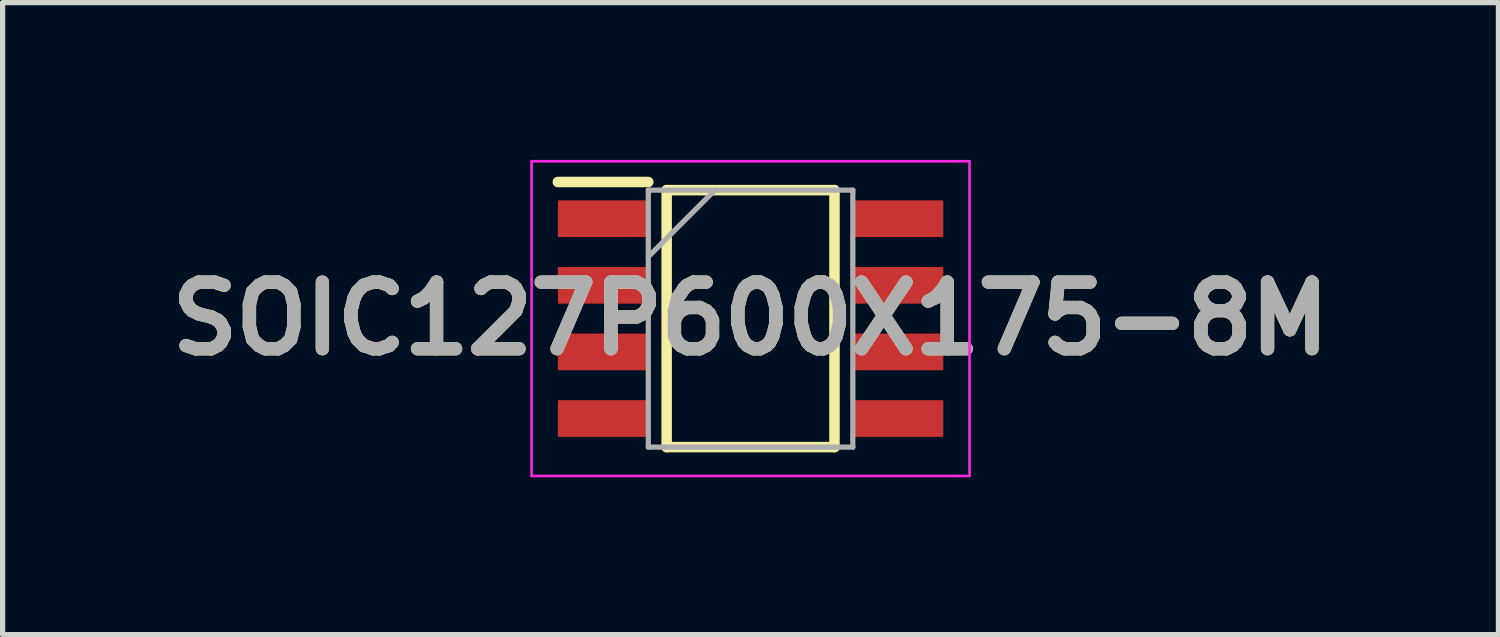
<source format=kicad_pcb>
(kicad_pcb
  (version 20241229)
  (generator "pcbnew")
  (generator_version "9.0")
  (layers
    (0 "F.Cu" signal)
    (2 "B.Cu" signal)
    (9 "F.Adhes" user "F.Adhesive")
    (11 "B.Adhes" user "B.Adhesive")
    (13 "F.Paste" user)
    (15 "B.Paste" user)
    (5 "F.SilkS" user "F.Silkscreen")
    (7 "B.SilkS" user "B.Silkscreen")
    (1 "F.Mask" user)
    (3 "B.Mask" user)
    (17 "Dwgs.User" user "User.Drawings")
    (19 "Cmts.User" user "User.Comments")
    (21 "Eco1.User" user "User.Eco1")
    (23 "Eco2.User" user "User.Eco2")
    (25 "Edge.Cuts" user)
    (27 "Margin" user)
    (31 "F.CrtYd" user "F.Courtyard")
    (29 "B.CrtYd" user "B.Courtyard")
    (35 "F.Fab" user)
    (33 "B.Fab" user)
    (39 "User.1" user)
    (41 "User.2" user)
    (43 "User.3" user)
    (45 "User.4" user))
  (footprint "SOIC127P600X175-8M"
    (layer "F.Cu")
    (at 11.261 3.025)
    (property "Reference" "SOIC127P600X175-8M" (at 0 0 0) (layer "F.SilkS") (effects (font (size 1.27 1.27) (thickness 0.254))))
    (attr smd)
    (fp_line (start -3.675 -2.605) (end -1.95 -2.605) (stroke (width 0.2) (type solid)) (layer "F.SilkS"))
    (fp_line (start -1.6 -2.45) (end 1.6 -2.45) (stroke (width 0.2) (type solid)) (layer "F.SilkS"))
    (fp_line (start -1.6 2.45) (end -1.6 -2.45) (stroke (width 0.2) (type solid)) (layer "F.SilkS"))
    (fp_line (start 1.6 -2.45) (end 1.6 2.45) (stroke (width 0.2) (type solid)) (layer "F.SilkS"))
    (fp_line (start 1.6 2.45) (end -1.6 2.45) (stroke (width 0.2) (type solid)) (layer "F.SilkS"))
    (fp_line (start -4.175 -3) (end 4.175 -3) (stroke (width 0.05) (type solid)) (layer "F.CrtYd"))
    (fp_line (start -4.175 3) (end -4.175 -3) (stroke (width 0.05) (type solid)) (layer "F.CrtYd"))
    (fp_line (start 4.175 -3) (end 4.175 3) (stroke (width 0.05) (type solid)) (layer "F.CrtYd"))
    (fp_line (start 4.175 3) (end -4.175 3) (stroke (width 0.05) (type solid)) (layer "F.CrtYd"))
    (fp_line (start -1.95 -2.45) (end 1.95 -2.45) (stroke (width 0.1) (type solid)) (layer "F.Fab"))
    (fp_line (start -1.95 -1.18) (end -0.68 -2.45) (stroke (width 0.1) (type solid)) (layer "F.Fab"))
    (fp_line (start -1.95 2.45) (end -1.95 -2.45) (stroke (width 0.1) (type solid)) (layer "F.Fab"))
    (fp_line (start 1.95 -2.45) (end 1.95 2.45) (stroke (width 0.1) (type solid)) (layer "F.Fab"))
    (fp_line (start 1.95 2.45) (end -1.95 2.45) (stroke (width 0.1) (type solid)) (layer "F.Fab"))
    (fp_text user "${REFERENCE}" (at 0 0 0) (layer "F.Fab") (effects (font (size 1.27 1.27) (thickness 0.254))))
    (pad "1" smd rect (at -2.812 -1.905 90) (size 0.7 1.725) (layers "F.Cu" "F.Mask" "F.Paste"))
    (pad "2" smd rect (at -2.812 -0.635 90) (size 0.7 1.725) (layers "F.Cu" "F.Mask" "F.Paste"))
    (pad "3" smd rect (at -2.812 0.635 90) (size 0.7 1.725) (layers "F.Cu" "F.Mask" "F.Paste"))
    (pad "4" smd rect (at -2.812 1.905 90) (size 0.7 1.725) (layers "F.Cu" "F.Mask" "F.Paste"))
    (pad "5" smd rect (at 2.812 1.905 90) (size 0.7 1.725) (layers "F.Cu" "F.Mask" "F.Paste"))
    (pad "6" smd rect (at 2.812 0.635 90) (size 0.7 1.725) (layers "F.Cu" "F.Mask" "F.Paste"))
    (pad "7" smd rect (at 2.812 -0.635 90) (size 0.7 1.725) (layers "F.Cu" "F.Mask" "F.Paste"))
    (pad "8" smd rect (at 2.812 -1.905 90) (size 0.7 1.725) (layers "F.Cu" "F.Mask" "F.Paste")))
  (gr_rect
    (start -3 -3)
    (end 25.521 9.05)
    (stroke (width 0.1) (type default))
    (fill no)
    (layer "Edge.Cuts")))
</source>
